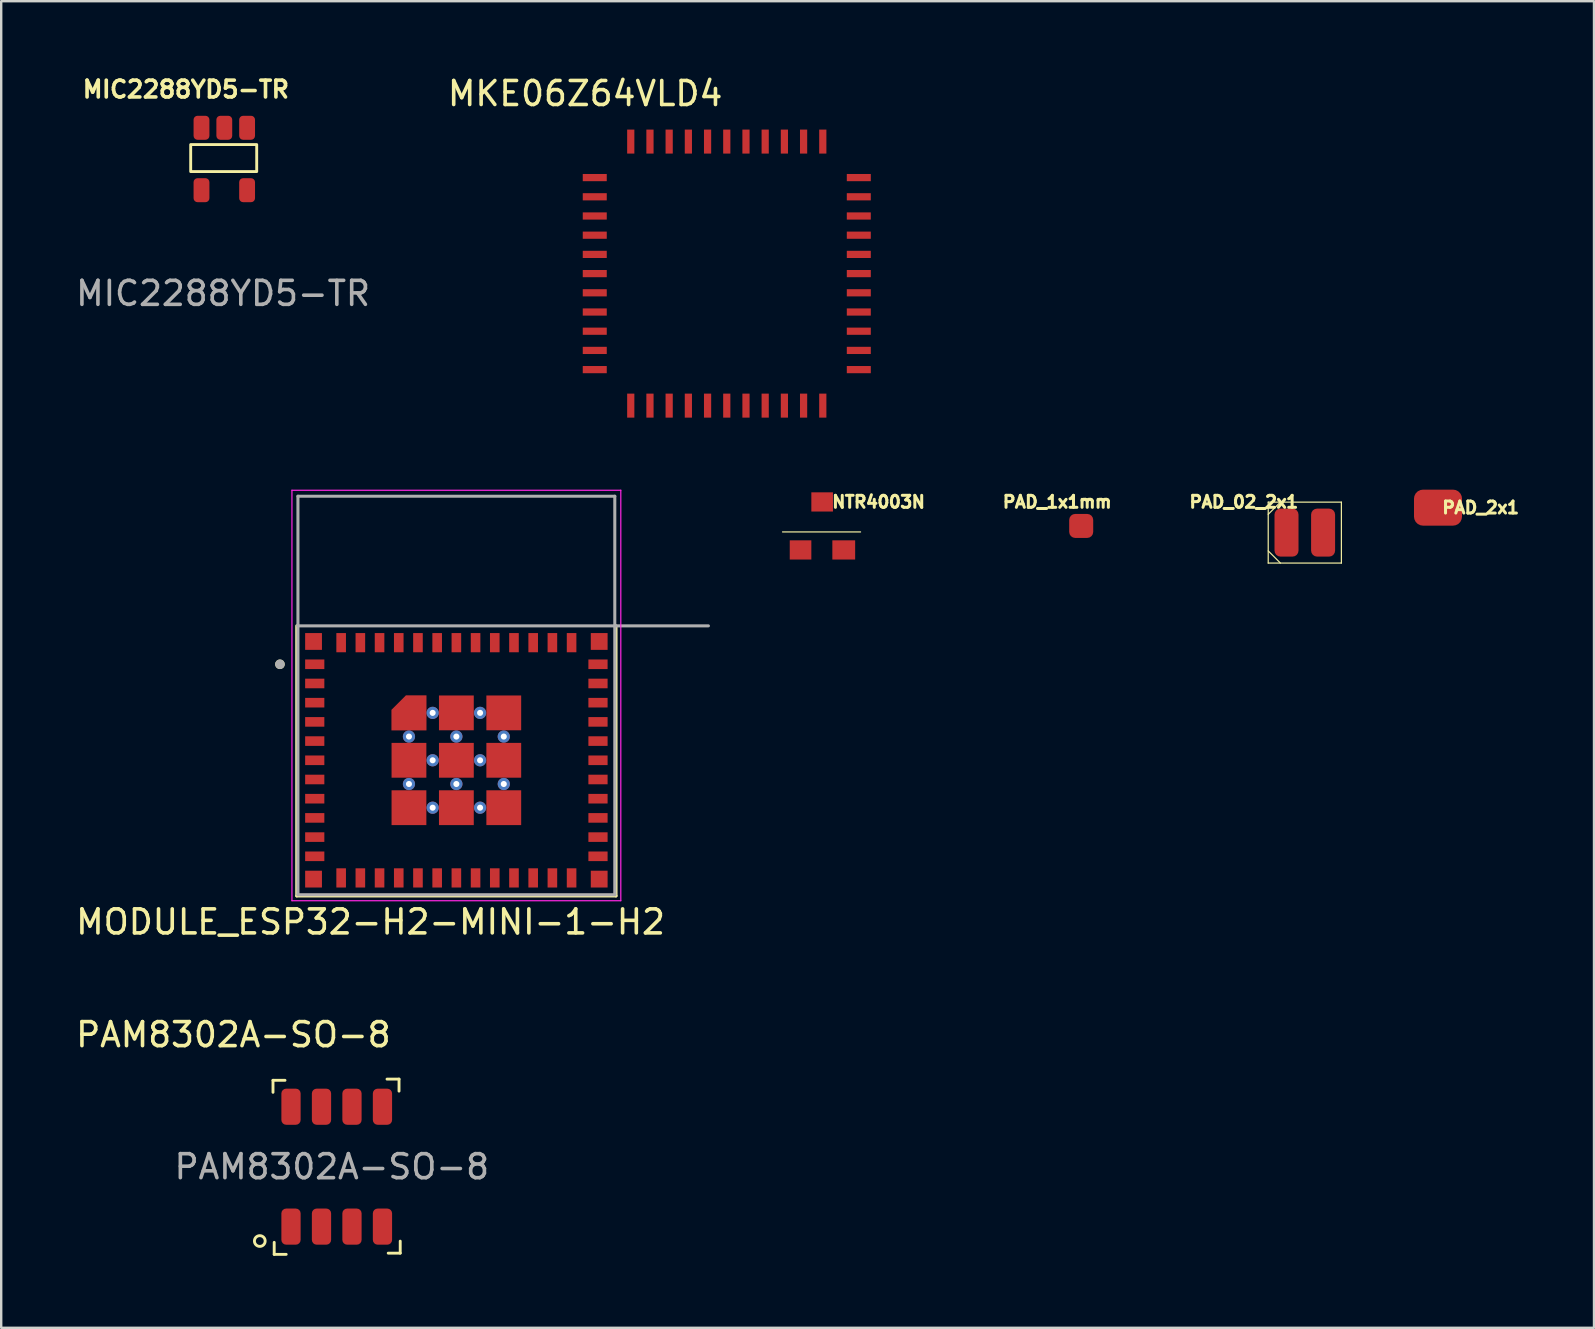
<source format=kicad_pcb>
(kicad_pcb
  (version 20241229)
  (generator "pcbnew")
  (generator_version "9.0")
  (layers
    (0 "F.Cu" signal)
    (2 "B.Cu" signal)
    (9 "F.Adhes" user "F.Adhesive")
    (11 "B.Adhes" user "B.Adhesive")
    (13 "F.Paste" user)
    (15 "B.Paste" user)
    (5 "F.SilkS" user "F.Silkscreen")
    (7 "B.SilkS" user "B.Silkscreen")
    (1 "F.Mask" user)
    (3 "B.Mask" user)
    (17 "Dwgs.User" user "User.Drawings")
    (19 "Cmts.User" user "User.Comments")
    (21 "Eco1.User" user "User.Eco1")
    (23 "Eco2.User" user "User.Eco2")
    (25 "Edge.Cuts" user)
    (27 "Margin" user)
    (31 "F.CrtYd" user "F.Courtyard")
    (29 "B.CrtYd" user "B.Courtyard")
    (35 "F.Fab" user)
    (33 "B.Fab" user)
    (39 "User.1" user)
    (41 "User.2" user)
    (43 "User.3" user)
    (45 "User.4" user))
  (footprint "PAD_2x1"
    (layer "F.Cu")
    (at 56.856 18.098)
    (property "Reference" "PAD_2x1" (at 1.778 0 0) (layer "F.SilkS") (effects (font (size 0.5 0.5) (thickness 0.125))))
    (attr through_hole)
    (pad "1" smd roundrect (at 0 0) (size 2 1.5) (layers "F.Cu" "F.Mask" "F.Paste") (roundrect_rratio 0.25)))
  (footprint "PAM8302A-SO-8"
    (layer "F.Cu")
    (at 10.973 45.555)
    (property "Reference" "PAM8302A-SO-8" (at -4.3 -5.5 0) (unlocked yes) (layer "F.SilkS") (effects (font (size 1 1) (thickness 0.15))))
    (attr smd)
    (fp_line (start -2.65 -3.6) (end -2.15 -3.6) (stroke (width 0.12) (type solid)) (layer "F.SilkS"))
    (fp_line (start -2.65 -3.1) (end -2.65 -3.6) (stroke (width 0.12) (type solid)) (layer "F.SilkS"))
    (fp_line (start -2.6 3.65) (end -2.6 3.15) (stroke (width 0.12) (type solid)) (layer "F.SilkS"))
    (fp_line (start -2.1 3.65) (end -2.6 3.65) (stroke (width 0.12) (type solid)) (layer "F.SilkS"))
    (fp_line (start 2.1 -3.65) (end 2.6 -3.65) (stroke (width 0.12) (type solid)) (layer "F.SilkS"))
    (fp_line (start 2.6 -3.65) (end 2.6 -3.15) (stroke (width 0.12) (type solid)) (layer "F.SilkS"))
    (fp_line (start 2.65 3.1) (end 2.65 3.6) (stroke (width 0.12) (type solid)) (layer "F.SilkS"))
    (fp_line (start 2.65 3.6) (end 2.15 3.6) (stroke (width 0.12) (type solid)) (layer "F.SilkS"))
    (fp_circle (center -3.2 3.095) (end -3.1 3.295) (stroke (width 0.12) (type solid)) (fill no) (layer "F.SilkS"))
    (fp_text user "${REFERENCE}" (at -0.2 0 0) (unlocked yes) (layer "F.Fab") (effects (font (size 1 1) (thickness 0.15))))
    (pad "1" smd roundrect (at -1.9 2.495 90) (size 1.505 0.802) (layers "F.Cu" "F.Mask" "F.Paste") (roundrect_rratio 0.25))
    (pad "2" smd roundrect (at -0.63 2.495 90) (size 1.505 0.802) (layers "F.Cu" "F.Mask" "F.Paste") (roundrect_rratio 0.25))
    (pad "3" smd roundrect (at 0.64 2.495 90) (size 1.505 0.802) (layers "F.Cu" "F.Mask" "F.Paste") (roundrect_rratio 0.25))
    (pad "4" smd roundrect (at 1.91 2.495 90) (size 1.505 0.802) (layers "F.Cu" "F.Mask" "F.Paste") (roundrect_rratio 0.25))
    (pad "5" smd roundrect (at 1.91 -2.5 90) (size 1.505 0.802) (layers "F.Cu" "F.Mask" "F.Paste") (roundrect_rratio 0.25))
    (pad "6" smd roundrect (at 0.64 -2.5 90) (size 1.505 0.802) (layers "F.Cu" "F.Mask" "F.Paste") (roundrect_rratio 0.25))
    (pad "7" smd roundrect (at -0.63 -2.5 90) (size 1.505 0.802) (layers "F.Cu" "F.Mask" "F.Paste") (roundrect_rratio 0.25))
    (pad "8" smd roundrect (at -1.9 -2.5 90) (size 1.505 0.802) (layers "F.Cu" "F.Mask" "F.Paste") (roundrect_rratio 0.25)))
  (footprint "MODULE_ESP32-H2-MINI-1-H2"
    (layer "F.Cu")
    (at 15.962 25.923)
    (property "Reference" "MODULE_ESP32-H2-MINI-1-H2" (at -3.575 9.435 0) (layer "F.SilkS") (effects (font (size 1 1) (thickness 0.15))))
    (attr smd)
    (fp_poly (pts (xy -2.8 1.55) (xy -1.15 1.55) (xy -1.15 -0.1) (xy -2.15 -0.1) (xy -2.8 0.55)) (stroke (width 0.01) (type solid)) (fill yes) (layer "F.Mask"))
    (fp_line (start -6.65 -2.9) (end -6.65 8.35) (stroke (width 0.127) (type solid)) (layer "F.SilkS"))
    (fp_line (start -6.65 8.35) (end 6.65 8.35) (stroke (width 0.127) (type solid)) (layer "F.SilkS"))
    (fp_line (start 6.65 8.35) (end 6.65 -2.9) (stroke (width 0.127) (type solid)) (layer "F.SilkS"))
    (fp_circle (center -7.35 -1.3) (end -7.25 -1.3) (stroke (width 0.2) (type solid)) (fill no) (layer "F.SilkS"))
    (fp_poly (pts (xy -2.7 0.6) (xy -2.7 1.45) (xy -1.25 1.45) (xy -1.25 0) (xy -2.1 0)) (stroke (width 0.01) (type solid)) (fill yes) (layer "F.Paste"))
    (fp_line (start -6.85 -8.55) (end -6.85 8.55) (stroke (width 0.05) (type solid)) (layer "F.CrtYd"))
    (fp_line (start -6.85 8.55) (end 6.85 8.55) (stroke (width 0.05) (type solid)) (layer "F.CrtYd"))
    (fp_line (start 6.85 -8.55) (end -6.85 -8.55) (stroke (width 0.05) (type solid)) (layer "F.CrtYd"))
    (fp_line (start 6.85 8.55) (end 6.85 -8.55) (stroke (width 0.05) (type solid)) (layer "F.CrtYd"))
    (fp_line (start -6.6 -8.3) (end -6.6 -2.9) (stroke (width 0.127) (type solid)) (layer "F.Fab"))
    (fp_line (start -6.6 -2.9) (end -6.6 8.3) (stroke (width 0.127) (type solid)) (layer "F.Fab"))
    (fp_line (start -6.6 -2.9) (end 6.6 -2.9) (stroke (width 0.127) (type solid)) (layer "F.Fab"))
    (fp_line (start -6.6 8.3) (end 6.6 8.3) (stroke (width 0.127) (type solid)) (layer "F.Fab"))
    (fp_line (start 6.6 -8.3) (end -6.6 -8.3) (stroke (width 0.127) (type solid)) (layer "F.Fab"))
    (fp_line (start 6.6 -2.9) (end 6.6 -8.3) (stroke (width 0.127) (type solid)) (layer "F.Fab"))
    (fp_line (start 6.6 -2.9) (end 10.5 -2.9) (stroke (width 0.127) (type solid)) (layer "F.Fab"))
    (fp_line (start 6.6 8.3) (end 6.6 -2.9) (stroke (width 0.127) (type solid)) (layer "F.Fab"))
    (fp_circle (center -7.35 -1.3) (end -7.25 -1.3) (stroke (width 0.2) (type solid)) (fill no) (layer "F.Fab"))
    (pad "1" smd rect (at -5.9 -1.3) (size 0.8 0.4) (layers "F.Cu" "F.Mask" "F.Paste"))
    (pad "2" smd rect (at -5.9 -0.5) (size 0.8 0.4) (layers "F.Cu" "F.Mask" "F.Paste"))
    (pad "3" smd rect (at -5.9 0.3) (size 0.8 0.4) (layers "F.Cu" "F.Mask" "F.Paste"))
    (pad "4" smd rect (at -5.9 1.1) (size 0.8 0.4) (layers "F.Cu" "F.Mask" "F.Paste"))
    (pad "5" smd rect (at -5.9 1.9) (size 0.8 0.4) (layers "F.Cu" "F.Mask" "F.Paste"))
    (pad "6" smd rect (at -5.9 2.7) (size 0.8 0.4) (layers "F.Cu" "F.Mask" "F.Paste"))
    (pad "7" smd rect (at -5.9 3.5) (size 0.8 0.4) (layers "F.Cu" "F.Mask" "F.Paste"))
    (pad "8" smd rect (at -5.9 4.3) (size 0.8 0.4) (layers "F.Cu" "F.Mask" "F.Paste"))
    (pad "9" smd rect (at -5.9 5.1) (size 0.8 0.4) (layers "F.Cu" "F.Mask" "F.Paste"))
    (pad "10" smd rect (at -5.9 5.9) (size 0.8 0.4) (layers "F.Cu" "F.Mask" "F.Paste"))
    (pad "11" smd rect (at -5.9 6.7) (size 0.8 0.4) (layers "F.Cu" "F.Mask" "F.Paste"))
    (pad "12" smd rect (at -4.8 7.6) (size 0.4 0.8) (layers "F.Cu" "F.Mask" "F.Paste"))
    (pad "13" smd rect (at -4 7.6) (size 0.4 0.8) (layers "F.Cu" "F.Mask" "F.Paste"))
    (pad "14" smd rect (at -3.2 7.6) (size 0.4 0.8) (layers "F.Cu" "F.Mask" "F.Paste"))
    (pad "15" smd rect (at -2.4 7.6) (size 0.4 0.8) (layers "F.Cu" "F.Mask" "F.Paste"))
    (pad "16" smd rect (at -1.6 7.6) (size 0.4 0.8) (layers "F.Cu" "F.Mask" "F.Paste"))
    (pad "17" smd rect (at -0.8 7.6) (size 0.4 0.8) (layers "F.Cu" "F.Mask" "F.Paste"))
    (pad "18" smd rect (at 0 7.6) (size 0.4 0.8) (layers "F.Cu" "F.Mask" "F.Paste"))
    (pad "19" smd rect (at 0.8 7.6) (size 0.4 0.8) (layers "F.Cu" "F.Mask" "F.Paste"))
    (pad "20" smd rect (at 1.6 7.6) (size 0.4 0.8) (layers "F.Cu" "F.Mask" "F.Paste"))
    (pad "21" smd rect (at 2.4 7.6) (size 0.4 0.8) (layers "F.Cu" "F.Mask" "F.Paste"))
    (pad "22" smd rect (at 3.2 7.6) (size 0.4 0.8) (layers "F.Cu" "F.Mask" "F.Paste"))
    (pad "23" smd rect (at 4 7.6) (size 0.4 0.8) (layers "F.Cu" "F.Mask" "F.Paste"))
    (pad "24" smd rect (at 4.8 7.6) (size 0.4 0.8) (layers "F.Cu" "F.Mask" "F.Paste"))
    (pad "25" smd rect (at 5.9 6.7) (size 0.8 0.4) (layers "F.Cu" "F.Mask" "F.Paste"))
    (pad "26" smd rect (at 5.9 5.9) (size 0.8 0.4) (layers "F.Cu" "F.Mask" "F.Paste"))
    (pad "27" smd rect (at 5.9 5.1) (size 0.8 0.4) (layers "F.Cu" "F.Mask" "F.Paste"))
    (pad "28" smd rect (at 5.9 4.3) (size 0.8 0.4) (layers "F.Cu" "F.Mask" "F.Paste"))
    (pad "29" smd rect (at 5.9 3.5) (size 0.8 0.4) (layers "F.Cu" "F.Mask" "F.Paste"))
    (pad "30" smd rect (at 5.9 2.7) (size 0.8 0.4) (layers "F.Cu" "F.Mask" "F.Paste"))
    (pad "31" smd rect (at 5.9 1.9) (size 0.8 0.4) (layers "F.Cu" "F.Mask" "F.Paste"))
    (pad "32" smd rect (at 5.9 1.1) (size 0.8 0.4) (layers "F.Cu" "F.Mask" "F.Paste"))
    (pad "33" smd rect (at 5.9 0.3) (size 0.8 0.4) (layers "F.Cu" "F.Mask" "F.Paste"))
    (pad "34" smd rect (at 5.9 -0.5) (size 0.8 0.4) (layers "F.Cu" "F.Mask" "F.Paste"))
    (pad "35" smd rect (at 5.9 -1.3) (size 0.8 0.4) (layers "F.Cu" "F.Mask" "F.Paste"))
    (pad "36" smd rect (at 4.8 -2.2) (size 0.4 0.8) (layers "F.Cu" "F.Mask" "F.Paste"))
    (pad "37" smd rect (at 4 -2.2) (size 0.4 0.8) (layers "F.Cu" "F.Mask" "F.Paste"))
    (pad "38" smd rect (at 3.2 -2.2) (size 0.4 0.8) (layers "F.Cu" "F.Mask" "F.Paste"))
    (pad "39" smd rect (at 2.4 -2.2) (size 0.4 0.8) (layers "F.Cu" "F.Mask" "F.Paste"))
    (pad "40" smd rect (at 1.6 -2.2) (size 0.4 0.8) (layers "F.Cu" "F.Mask" "F.Paste"))
    (pad "41" smd rect (at 0.8 -2.2) (size 0.4 0.8) (layers "F.Cu" "F.Mask" "F.Paste"))
    (pad "42" smd rect (at 0 -2.2) (size 0.4 0.8) (layers "F.Cu" "F.Mask" "F.Paste"))
    (pad "43" smd rect (at -0.8 -2.2) (size 0.4 0.8) (layers "F.Cu" "F.Mask" "F.Paste"))
    (pad "44" smd rect (at -1.6 -2.2) (size 0.4 0.8) (layers "F.Cu" "F.Mask" "F.Paste"))
    (pad "45" smd rect (at -2.4 -2.2) (size 0.4 0.8) (layers "F.Cu" "F.Mask" "F.Paste"))
    (pad "46" smd rect (at -3.2 -2.2) (size 0.4 0.8) (layers "F.Cu" "F.Mask" "F.Paste"))
    (pad "47" smd rect (at -4 -2.2) (size 0.4 0.8) (layers "F.Cu" "F.Mask" "F.Paste"))
    (pad "48" smd rect (at -4.8 -2.2) (size 0.4 0.8) (layers "F.Cu" "F.Mask" "F.Paste"))
    (pad "49" smd custom (at -1.975 0.725) (size 0.5 0.5) (layers "F.Cu") (options (anchor rect)) (primitives (gr_poly (pts (xy -0.725 0.725) (xy 0.725 0.725) (xy 0.725 -0.725) (xy -0.125 -0.725) (xy -0.725 -0.125)) (width 0.01) (fill yes))))
    (pad "49" thru_hole circle (at -1.975 1.712) (size 0.508 0.508) (drill 0.254) (layers "*.Cu"))
    (pad "49" smd rect (at -1.975 2.7) (size 1.45 1.45) (layers "F.Cu" "F.Mask" "F.Paste"))
    (pad "49" thru_hole circle (at -1.975 3.688) (size 0.508 0.508) (drill 0.254) (layers "*.Cu"))
    (pad "49" smd rect (at -1.975 4.675) (size 1.45 1.45) (layers "F.Cu" "F.Mask" "F.Paste"))
    (pad "49" thru_hole circle (at -0.988 0.725) (size 0.508 0.508) (drill 0.254) (layers "*.Cu"))
    (pad "49" thru_hole circle (at -0.988 2.7) (size 0.508 0.508) (drill 0.254) (layers "*.Cu"))
    (pad "49" thru_hole circle (at -0.988 4.675) (size 0.508 0.508) (drill 0.254) (layers "*.Cu"))
    (pad "49" smd rect (at 0 0.725) (size 1.45 1.45) (layers "F.Cu" "F.Mask" "F.Paste"))
    (pad "49" thru_hole circle (at 0 1.712) (size 0.508 0.508) (drill 0.254) (layers "*.Cu"))
    (pad "49" smd rect (at 0 2.7) (size 1.45 1.45) (layers "F.Cu" "F.Mask" "F.Paste"))
    (pad "49" thru_hole circle (at 0 3.688) (size 0.508 0.508) (drill 0.254) (layers "*.Cu"))
    (pad "49" smd rect (at 0 4.675) (size 1.45 1.45) (layers "F.Cu" "F.Mask" "F.Paste"))
    (pad "49" thru_hole circle (at 0.988 0.725) (size 0.508 0.508) (drill 0.254) (layers "*.Cu"))
    (pad "49" thru_hole circle (at 0.988 2.7) (size 0.508 0.508) (drill 0.254) (layers "*.Cu"))
    (pad "49" thru_hole circle (at 0.988 4.675) (size 0.508 0.508) (drill 0.254) (layers "*.Cu"))
    (pad "49" smd rect (at 1.975 0.725) (size 1.45 1.45) (layers "F.Cu" "F.Mask" "F.Paste"))
    (pad "49" thru_hole circle (at 1.975 1.712) (size 0.508 0.508) (drill 0.254) (layers "*.Cu"))
    (pad "49" smd rect (at 1.975 2.7) (size 1.45 1.45) (layers "F.Cu" "F.Mask" "F.Paste"))
    (pad "49" thru_hole circle (at 1.975 3.688) (size 0.508 0.508) (drill 0.254) (layers "*.Cu"))
    (pad "49" smd rect (at 1.975 4.675) (size 1.45 1.45) (layers "F.Cu" "F.Mask" "F.Paste"))
    (pad "50" smd rect (at 5.95 -2.25) (size 0.7 0.7) (layers "F.Cu" "F.Mask" "F.Paste"))
    (pad "51" smd rect (at 5.95 7.65) (size 0.7 0.7) (layers "F.Cu" "F.Mask" "F.Paste"))
    (pad "52" smd rect (at -5.95 7.65) (size 0.7 0.7) (layers "F.Cu" "F.Mask" "F.Paste"))
    (pad "53" smd rect (at -5.95 -2.25) (size 0.7 0.7) (layers "F.Cu" "F.Mask" "F.Paste")))
  (footprint "MKE06Z64VLD4"
    (layer "F.Cu")
    (at 27.227 8.348)
    (property "Reference" "MKE06Z64VLD4" (at -5.9 -7.5 0) (layer "F.SilkS") (effects (font (size 1 1) (thickness 0.15))))
    (attr through_hole)
    (pad "1" smd rect (at -5.5 -4) (size 1 0.3) (layers "F.Cu" "F.Mask" "F.Paste"))
    (pad "2" smd rect (at -5.5 -3.2) (size 1 0.3) (layers "F.Cu" "F.Mask" "F.Paste"))
    (pad "3" smd rect (at -5.5 -2.4) (size 1 0.3) (layers "F.Cu" "F.Mask" "F.Paste"))
    (pad "4" smd rect (at -5.5 -1.6) (size 1 0.3) (layers "F.Cu" "F.Mask" "F.Paste"))
    (pad "5" smd rect (at -5.5 -0.8) (size 1 0.3) (layers "F.Cu" "F.Mask" "F.Paste"))
    (pad "6" smd rect (at -5.5 0) (size 1 0.3) (layers "F.Cu" "F.Mask" "F.Paste"))
    (pad "7" smd rect (at -5.5 0.8) (size 1 0.3) (layers "F.Cu" "F.Mask" "F.Paste"))
    (pad "8" smd rect (at -5.5 1.6) (size 1 0.3) (layers "F.Cu" "F.Mask" "F.Paste"))
    (pad "9" smd rect (at -5.5 2.4) (size 1 0.3) (layers "F.Cu" "F.Mask" "F.Paste"))
    (pad "10" smd rect (at -5.5 3.2) (size 1 0.3) (layers "F.Cu" "F.Mask" "F.Paste"))
    (pad "11" smd rect (at -5.5 4) (size 1 0.3) (layers "F.Cu" "F.Mask" "F.Paste"))
    (pad "12" smd rect (at -4 5.5) (size 0.3 1) (layers "F.Cu" "F.Mask" "F.Paste"))
    (pad "13" smd rect (at -3.2 5.5) (size 0.3 1) (layers "F.Cu" "F.Mask" "F.Paste"))
    (pad "14" smd rect (at -2.4 5.5) (size 0.3 1) (layers "F.Cu" "F.Mask" "F.Paste"))
    (pad "15" smd rect (at -1.6 5.5) (size 0.3 1) (layers "F.Cu" "F.Mask" "F.Paste"))
    (pad "16" smd rect (at -0.8 5.5) (size 0.3 1) (layers "F.Cu" "F.Mask" "F.Paste"))
    (pad "17" smd rect (at 0 5.5) (size 0.3 1) (layers "F.Cu" "F.Mask" "F.Paste"))
    (pad "18" smd rect (at 0.8 5.5) (size 0.3 1) (layers "F.Cu" "F.Mask" "F.Paste"))
    (pad "19" smd rect (at 1.6 5.5) (size 0.3 1) (layers "F.Cu" "F.Mask" "F.Paste"))
    (pad "20" smd rect (at 2.4 5.5) (size 0.3 1) (layers "F.Cu" "F.Mask" "F.Paste"))
    (pad "21" smd rect (at 3.2 5.5) (size 0.3 1) (layers "F.Cu" "F.Mask" "F.Paste"))
    (pad "22" smd rect (at 4 5.5) (size 0.3 1) (layers "F.Cu" "F.Mask" "F.Paste"))
    (pad "23" smd rect (at 5.5 4) (size 1 0.3) (layers "F.Cu" "F.Mask" "F.Paste"))
    (pad "24" smd rect (at 5.5 3.2) (size 1 0.3) (layers "F.Cu" "F.Mask" "F.Paste"))
    (pad "25" smd rect (at 5.5 2.4) (size 1 0.3) (layers "F.Cu" "F.Mask" "F.Paste"))
    (pad "26" smd rect (at 5.5 1.6) (size 1 0.3) (layers "F.Cu" "F.Mask" "F.Paste"))
    (pad "27" smd rect (at 5.5 0.8) (size 1 0.3) (layers "F.Cu" "F.Mask" "F.Paste"))
    (pad "28" smd rect (at 5.5 0) (size 1 0.3) (layers "F.Cu" "F.Mask" "F.Paste"))
    (pad "29" smd rect (at 5.5 -0.8) (size 1 0.3) (layers "F.Cu" "F.Mask" "F.Paste"))
    (pad "30" smd rect (at 5.5 -1.6) (size 1 0.3) (layers "F.Cu" "F.Mask" "F.Paste"))
    (pad "31" smd rect (at 5.5 -2.4) (size 1 0.3) (layers "F.Cu" "F.Mask" "F.Paste"))
    (pad "32" smd rect (at 5.5 -3.2) (size 1 0.3) (layers "F.Cu" "F.Mask" "F.Paste"))
    (pad "33" smd rect (at 5.5 -4) (size 1 0.3) (layers "F.Cu" "F.Mask" "F.Paste"))
    (pad "34" smd rect (at 4 -5.5) (size 0.3 1) (layers "F.Cu" "F.Mask" "F.Paste"))
    (pad "35" smd rect (at 3.2 -5.5) (size 0.3 1) (layers "F.Cu" "F.Mask" "F.Paste"))
    (pad "36" smd rect (at 2.4 -5.5) (size 0.3 1) (layers "F.Cu" "F.Mask" "F.Paste"))
    (pad "37" smd rect (at 1.6 -5.5) (size 0.3 1) (layers "F.Cu" "F.Mask" "F.Paste"))
    (pad "38" smd rect (at 0.8 -5.5) (size 0.3 1) (layers "F.Cu" "F.Mask" "F.Paste"))
    (pad "39" smd rect (at 0 -5.5) (size 0.3 1) (layers "F.Cu" "F.Mask" "F.Paste"))
    (pad "40" smd rect (at -0.8 -5.5) (size 0.3 1) (layers "F.Cu" "F.Mask" "F.Paste"))
    (pad "41" smd rect (at -1.6 -5.5) (size 0.3 1) (layers "F.Cu" "F.Mask" "F.Paste"))
    (pad "42" smd rect (at -2.4 -5.5) (size 0.3 1) (layers "F.Cu" "F.Mask" "F.Paste"))
    (pad "43" smd rect (at -3.2 -5.5) (size 0.3 1) (layers "F.Cu" "F.Mask" "F.Paste"))
    (pad "44" smd rect (at -4 -5.5) (size 0.3 1) (layers "F.Cu" "F.Mask" "F.Paste")))
  (footprint "PAD_02_2x1"
    (layer "F.Cu")
    (at 51.307 19.138)
    (property "Reference" "PAD_02_2x1" (at -2.54 -1.278 0) (layer "F.SilkS") (effects (font (size 0.5 0.5) (thickness 0.125))))
    (attr through_hole)
    (fp_line (start -1.524 -1.27) (end -1.524 1.27) (stroke (width 0.05) (type solid)) (layer "F.SilkS"))
    (fp_line (start -1.524 -0.762) (end -1.016 -1.27) (stroke (width 0.05) (type solid)) (layer "F.SilkS"))
    (fp_line (start -1.524 0.762) (end -1.016 1.27) (stroke (width 0.05) (type solid)) (layer "F.SilkS"))
    (fp_line (start -1.524 1.27) (end 1.524 1.27) (stroke (width 0.05) (type solid)) (layer "F.SilkS"))
    (fp_line (start 1.524 -1.27) (end -1.524 -1.27) (stroke (width 0.05) (type solid)) (layer "F.SilkS"))
    (fp_line (start 1.524 1.27) (end 1.524 -1.27) (stroke (width 0.05) (type solid)) (layer "F.SilkS"))
    (pad "1" smd roundrect (at -0.762 0) (size 1 2) (layers "F.Cu" "F.Mask" "F.Paste") (roundrect_rratio 0.25))
    (pad "2" smd roundrect (at 0.762 0) (size 1 2) (layers "F.Cu" "F.Mask" "F.Paste") (roundrect_rratio 0.25)))
  (footprint "MIC2288YD5-TR"
    (layer "F.Cu")
    (at 6.294 3.573)
    (property "Reference" "MIC2288YD5-TR" (at -1.6 -2.9 0) (unlocked yes) (layer "F.SilkS") (effects (font (size 0.7 0.7) (thickness 0.15))))
    (attr smd)
    (fp_rect (start -1.4 -0.6) (end 1.35 0.525) (stroke (width 0.12) (type solid)) (fill no) (layer "F.SilkS"))
    (fp_text user "${REFERENCE}" (at -0.05 5.6 0) (unlocked yes) (layer "F.Fab") (effects (font (size 1 1) (thickness 0.15))))
    (pad "1" smd roundrect (at 0.95 -1.3) (size 0.66 1) (layers "F.Cu" "F.Mask" "F.Paste") (roundrect_rratio 0.25))
    (pad "2" smd roundrect (at 0 -1.3) (size 0.66 1) (layers "F.Cu" "F.Mask" "F.Paste") (roundrect_rratio 0.25))
    (pad "3" smd roundrect (at -0.95 -1.3) (size 0.66 1) (layers "F.Cu" "F.Mask" "F.Paste") (roundrect_rratio 0.25))
    (pad "4" smd roundrect (at -0.95 1.3) (size 0.66 1) (layers "F.Cu" "F.Mask" "F.Paste") (roundrect_rratio 0.25))
    (pad "5" smd roundrect (at 0.95 1.3) (size 0.66 1) (layers "F.Cu" "F.Mask" "F.Paste") (roundrect_rratio 0.25)))
  (footprint "NTR4003N"
    (layer "F.Cu")
    (at 31.05 18.86)
    (property "Reference" "NTR4003N" (at 2.5 -1 0) (layer "F.SilkS") (effects (font (size 0.5 0.5) (thickness 0.125))))
    (attr through_hole)
    (fp_line (start -1.5 0.25) (end 1.75 0.25) (stroke (width 0.05) (type solid)) (layer "F.SilkS"))
    (pad "1" smd rect (at -0.75 1) (size 0.9 0.8) (layers "F.Cu" "F.Mask" "F.Paste"))
    (pad "2" smd rect (at 0.15 -1) (size 0.9 0.8) (layers "F.Cu" "F.Mask" "F.Paste"))
    (pad "3" smd rect (at 1.05 1) (size 0.95 0.8) (layers "F.Cu" "F.Mask" "F.Paste")))
  (footprint "PAD_1x1mm"
    (layer "F.Cu")
    (at 41.992 18.86)
    (property "Reference" "PAD_1x1mm" (at -1 -1 0) (layer "F.SilkS") (effects (font (size 0.5 0.5) (thickness 0.125))))
    (attr through_hole)
    (pad "1" smd roundrect (at 0 0) (size 1 1) (layers "F.Cu" "F.Mask" "F.Paste") (roundrect_rratio 0.25)))
  (gr_rect
    (start -3 -3)
    (end 63.355 52.265)
    (stroke (width 0.1) (type default))
    (fill no)
    (layer "Edge.Cuts")))
</source>
